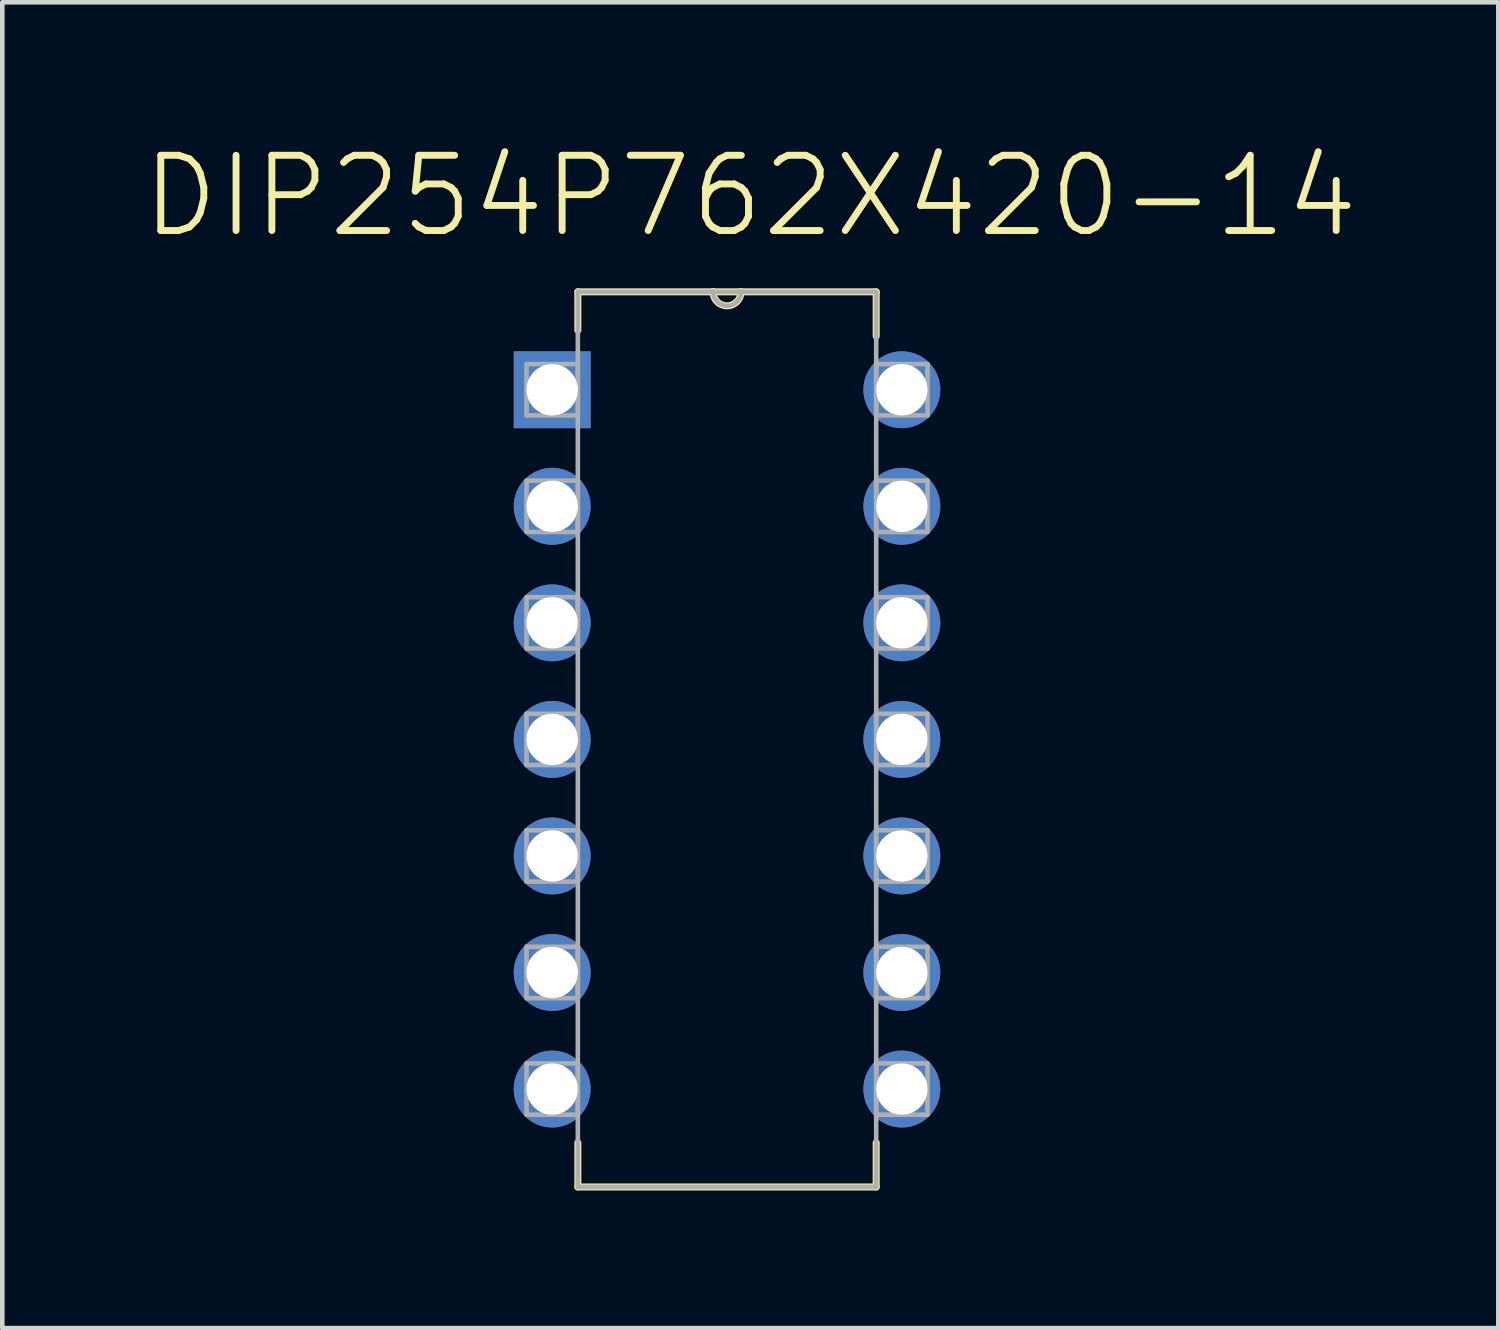
<source format=kicad_pcb>
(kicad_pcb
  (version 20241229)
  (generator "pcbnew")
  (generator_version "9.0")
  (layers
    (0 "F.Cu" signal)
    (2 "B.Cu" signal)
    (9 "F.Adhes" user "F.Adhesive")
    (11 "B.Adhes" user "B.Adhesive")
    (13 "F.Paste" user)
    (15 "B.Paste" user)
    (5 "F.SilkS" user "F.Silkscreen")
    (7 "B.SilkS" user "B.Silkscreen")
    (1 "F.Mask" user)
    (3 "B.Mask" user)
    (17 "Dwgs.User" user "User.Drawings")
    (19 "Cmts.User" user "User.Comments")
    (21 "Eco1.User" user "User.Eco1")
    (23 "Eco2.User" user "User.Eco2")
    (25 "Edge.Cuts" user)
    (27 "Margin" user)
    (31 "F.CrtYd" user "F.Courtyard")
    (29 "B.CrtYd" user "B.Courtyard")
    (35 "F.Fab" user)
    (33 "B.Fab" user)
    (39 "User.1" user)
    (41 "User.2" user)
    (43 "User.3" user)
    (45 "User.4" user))
  (footprint "DIP254P762X420-14"
    (layer "F.Cu")
    (at 16.604 20.684)
    (property "Reference" "DIP254P762X420-14" (at -3.303 -19.461 0) (layer "F.SilkS") (effects (font (size 1.64 1.64) (thickness 0.15))))
    (attr through_hole)
    (fp_line (start -7.061 -17.374) (end -7.061 -16.535) (stroke (width 0.152) (type solid)) (layer "F.SilkS"))
    (fp_line (start -7.061 1.168) (end -7.061 2.134) (stroke (width 0.152) (type solid)) (layer "F.SilkS"))
    (fp_line (start -7.061 2.134) (end -0.559 2.134) (stroke (width 0.152) (type solid)) (layer "F.SilkS"))
    (fp_line (start -4.115 -17.374) (end -7.061 -17.374) (stroke (width 0.152) (type solid)) (layer "F.SilkS"))
    (fp_line (start -3.505 -17.374) (end -4.115 -17.374) (stroke (width 0.152) (type solid)) (layer "F.SilkS"))
    (fp_line (start -0.559 -17.374) (end -3.505 -17.374) (stroke (width 0.152) (type solid)) (layer "F.SilkS"))
    (fp_line (start -0.559 -16.408) (end -0.559 -17.374) (stroke (width 0.152) (type solid)) (layer "F.SilkS"))
    (fp_line (start -0.559 2.134) (end -0.559 1.168) (stroke (width 0.152) (type solid)) (layer "F.SilkS"))
    (fp_arc (start -3.5052 -17.3736) (mid -3.81 -17.0688) (end -4.1148 -17.3736) (stroke (width 0.1524) (type solid)) (layer "F.SilkS"))
    (fp_line (start -8.179 -15.799) (end -8.179 -14.681) (stroke (width 0.1) (type solid)) (layer "F.Fab"))
    (fp_line (start -8.179 -14.681) (end -7.061 -14.681) (stroke (width 0.1) (type solid)) (layer "F.Fab"))
    (fp_line (start -8.179 -13.259) (end -8.179 -12.141) (stroke (width 0.1) (type solid)) (layer "F.Fab"))
    (fp_line (start -8.179 -12.141) (end -7.061 -12.141) (stroke (width 0.1) (type solid)) (layer "F.Fab"))
    (fp_line (start -8.179 -10.719) (end -8.179 -9.601) (stroke (width 0.1) (type solid)) (layer "F.Fab"))
    (fp_line (start -8.179 -9.601) (end -7.061 -9.601) (stroke (width 0.1) (type solid)) (layer "F.Fab"))
    (fp_line (start -8.179 -8.179) (end -8.179 -7.061) (stroke (width 0.1) (type solid)) (layer "F.Fab"))
    (fp_line (start -8.179 -7.061) (end -7.061 -7.061) (stroke (width 0.1) (type solid)) (layer "F.Fab"))
    (fp_line (start -8.179 -5.639) (end -8.179 -4.521) (stroke (width 0.1) (type solid)) (layer "F.Fab"))
    (fp_line (start -8.179 -4.521) (end -7.061 -4.521) (stroke (width 0.1) (type solid)) (layer "F.Fab"))
    (fp_line (start -8.179 -3.099) (end -8.179 -1.981) (stroke (width 0.1) (type solid)) (layer "F.Fab"))
    (fp_line (start -8.179 -1.981) (end -7.061 -1.981) (stroke (width 0.1) (type solid)) (layer "F.Fab"))
    (fp_line (start -8.179 -0.559) (end -8.179 0.559) (stroke (width 0.1) (type solid)) (layer "F.Fab"))
    (fp_line (start -8.179 0.559) (end -7.061 0.559) (stroke (width 0.1) (type solid)) (layer "F.Fab"))
    (fp_line (start -7.061 -17.374) (end -7.061 2.134) (stroke (width 0.1) (type solid)) (layer "F.Fab"))
    (fp_line (start -7.061 -15.799) (end -8.179 -15.799) (stroke (width 0.1) (type solid)) (layer "F.Fab"))
    (fp_line (start -7.061 -14.681) (end -7.061 -15.799) (stroke (width 0.1) (type solid)) (layer "F.Fab"))
    (fp_line (start -7.061 -13.259) (end -8.179 -13.259) (stroke (width 0.1) (type solid)) (layer "F.Fab"))
    (fp_line (start -7.061 -12.141) (end -7.061 -13.259) (stroke (width 0.1) (type solid)) (layer "F.Fab"))
    (fp_line (start -7.061 -10.719) (end -8.179 -10.719) (stroke (width 0.1) (type solid)) (layer "F.Fab"))
    (fp_line (start -7.061 -9.601) (end -7.061 -10.719) (stroke (width 0.1) (type solid)) (layer "F.Fab"))
    (fp_line (start -7.061 -8.179) (end -8.179 -8.179) (stroke (width 0.1) (type solid)) (layer "F.Fab"))
    (fp_line (start -7.061 -7.061) (end -7.061 -8.179) (stroke (width 0.1) (type solid)) (layer "F.Fab"))
    (fp_line (start -7.061 -5.639) (end -8.179 -5.639) (stroke (width 0.1) (type solid)) (layer "F.Fab"))
    (fp_line (start -7.061 -4.521) (end -7.061 -5.639) (stroke (width 0.1) (type solid)) (layer "F.Fab"))
    (fp_line (start -7.061 -3.099) (end -8.179 -3.099) (stroke (width 0.1) (type solid)) (layer "F.Fab"))
    (fp_line (start -7.061 -1.981) (end -7.061 -3.099) (stroke (width 0.1) (type solid)) (layer "F.Fab"))
    (fp_line (start -7.061 -0.559) (end -8.179 -0.559) (stroke (width 0.1) (type solid)) (layer "F.Fab"))
    (fp_line (start -7.061 0.559) (end -7.061 -0.559) (stroke (width 0.1) (type solid)) (layer "F.Fab"))
    (fp_line (start -7.061 2.134) (end -0.559 2.134) (stroke (width 0.1) (type solid)) (layer "F.Fab"))
    (fp_line (start -4.115 -17.374) (end -7.061 -17.374) (stroke (width 0.1) (type solid)) (layer "F.Fab"))
    (fp_line (start -3.505 -17.374) (end -4.115 -17.374) (stroke (width 0.1) (type solid)) (layer "F.Fab"))
    (fp_line (start -0.559 -17.374) (end -3.505 -17.374) (stroke (width 0.1) (type solid)) (layer "F.Fab"))
    (fp_line (start -0.559 -15.799) (end -0.559 -14.681) (stroke (width 0.1) (type solid)) (layer "F.Fab"))
    (fp_line (start -0.559 -14.681) (end 0.559 -14.681) (stroke (width 0.1) (type solid)) (layer "F.Fab"))
    (fp_line (start -0.559 -13.259) (end -0.559 -12.141) (stroke (width 0.1) (type solid)) (layer "F.Fab"))
    (fp_line (start -0.559 -12.141) (end 0.559 -12.141) (stroke (width 0.1) (type solid)) (layer "F.Fab"))
    (fp_line (start -0.559 -10.719) (end -0.559 -9.601) (stroke (width 0.1) (type solid)) (layer "F.Fab"))
    (fp_line (start -0.559 -9.601) (end 0.559 -9.601) (stroke (width 0.1) (type solid)) (layer "F.Fab"))
    (fp_line (start -0.559 -8.179) (end -0.559 -7.061) (stroke (width 0.1) (type solid)) (layer "F.Fab"))
    (fp_line (start -0.559 -7.061) (end 0.559 -7.061) (stroke (width 0.1) (type solid)) (layer "F.Fab"))
    (fp_line (start -0.559 -5.639) (end -0.559 -4.521) (stroke (width 0.1) (type solid)) (layer "F.Fab"))
    (fp_line (start -0.559 -4.521) (end 0.559 -4.521) (stroke (width 0.1) (type solid)) (layer "F.Fab"))
    (fp_line (start -0.559 -3.099) (end -0.559 -1.981) (stroke (width 0.1) (type solid)) (layer "F.Fab"))
    (fp_line (start -0.559 -1.981) (end 0.559 -1.981) (stroke (width 0.1) (type solid)) (layer "F.Fab"))
    (fp_line (start -0.559 -0.559) (end -0.559 0.559) (stroke (width 0.1) (type solid)) (layer "F.Fab"))
    (fp_line (start -0.559 0.559) (end 0.559 0.559) (stroke (width 0.1) (type solid)) (layer "F.Fab"))
    (fp_line (start -0.559 2.134) (end -0.559 -17.374) (stroke (width 0.1) (type solid)) (layer "F.Fab"))
    (fp_line (start 0.559 -15.799) (end -0.559 -15.799) (stroke (width 0.1) (type solid)) (layer "F.Fab"))
    (fp_line (start 0.559 -14.681) (end 0.559 -15.799) (stroke (width 0.1) (type solid)) (layer "F.Fab"))
    (fp_line (start 0.559 -13.259) (end -0.559 -13.259) (stroke (width 0.1) (type solid)) (layer "F.Fab"))
    (fp_line (start 0.559 -12.141) (end 0.559 -13.259) (stroke (width 0.1) (type solid)) (layer "F.Fab"))
    (fp_line (start 0.559 -10.719) (end -0.559 -10.719) (stroke (width 0.1) (type solid)) (layer "F.Fab"))
    (fp_line (start 0.559 -9.601) (end 0.559 -10.719) (stroke (width 0.1) (type solid)) (layer "F.Fab"))
    (fp_line (start 0.559 -8.179) (end -0.559 -8.179) (stroke (width 0.1) (type solid)) (layer "F.Fab"))
    (fp_line (start 0.559 -7.061) (end 0.559 -8.179) (stroke (width 0.1) (type solid)) (layer "F.Fab"))
    (fp_line (start 0.559 -5.639) (end -0.559 -5.639) (stroke (width 0.1) (type solid)) (layer "F.Fab"))
    (fp_line (start 0.559 -4.521) (end 0.559 -5.639) (stroke (width 0.1) (type solid)) (layer "F.Fab"))
    (fp_line (start 0.559 -3.099) (end -0.559 -3.099) (stroke (width 0.1) (type solid)) (layer "F.Fab"))
    (fp_line (start 0.559 -1.981) (end 0.559 -3.099) (stroke (width 0.1) (type solid)) (layer "F.Fab"))
    (fp_line (start 0.559 -0.559) (end -0.559 -0.559) (stroke (width 0.1) (type solid)) (layer "F.Fab"))
    (fp_line (start 0.559 0.559) (end 0.559 -0.559) (stroke (width 0.1) (type solid)) (layer "F.Fab"))
    (fp_arc (start -3.5052 -17.3736) (mid -3.81 -17.0688) (end -4.1148 -17.3736) (stroke (width 0.1) (type solid)) (layer "F.Fab"))
    (pad "1" thru_hole rect (at -7.62 -15.24) (size 1.676 1.676) (drill 1.118) (layers "*.Cu" "*.Mask"))
    (pad "2" thru_hole circle (at -7.62 -12.7) (size 1.676 1.676) (drill 1.118) (layers "*.Cu" "*.Mask"))
    (pad "3" thru_hole circle (at -7.62 -10.16) (size 1.676 1.676) (drill 1.118) (layers "*.Cu" "*.Mask"))
    (pad "4" thru_hole circle (at -7.62 -7.62) (size 1.676 1.676) (drill 1.118) (layers "*.Cu" "*.Mask"))
    (pad "5" thru_hole circle (at -7.62 -5.08) (size 1.676 1.676) (drill 1.118) (layers "*.Cu" "*.Mask"))
    (pad "6" thru_hole circle (at -7.62 -2.54) (size 1.676 1.676) (drill 1.118) (layers "*.Cu" "*.Mask"))
    (pad "7" thru_hole circle (at -7.62 0) (size 1.676 1.676) (drill 1.118) (layers "*.Cu" "*.Mask"))
    (pad "8" thru_hole circle (at 0 0) (size 1.676 1.676) (drill 1.118) (layers "*.Cu" "*.Mask"))
    (pad "9" thru_hole circle (at 0 -2.54) (size 1.676 1.676) (drill 1.118) (layers "*.Cu" "*.Mask"))
    (pad "10" thru_hole circle (at 0 -5.08) (size 1.676 1.676) (drill 1.118) (layers "*.Cu" "*.Mask"))
    (pad "11" thru_hole circle (at 0 -7.62) (size 1.676 1.676) (drill 1.118) (layers "*.Cu" "*.Mask"))
    (pad "12" thru_hole circle (at 0 -10.16) (size 1.676 1.676) (drill 1.118) (layers "*.Cu" "*.Mask"))
    (pad "13" thru_hole circle (at 0 -12.7) (size 1.676 1.676) (drill 1.118) (layers "*.Cu" "*.Mask"))
    (pad "14" thru_hole circle (at 0 -15.24) (size 1.676 1.676) (drill 1.118) (layers "*.Cu" "*.Mask")))
  (gr_rect
    (start -3 -3)
    (end 29.603 25.894)
    (stroke (width 0.1) (type default))
    (fill no)
    (layer "Edge.Cuts")))
</source>
